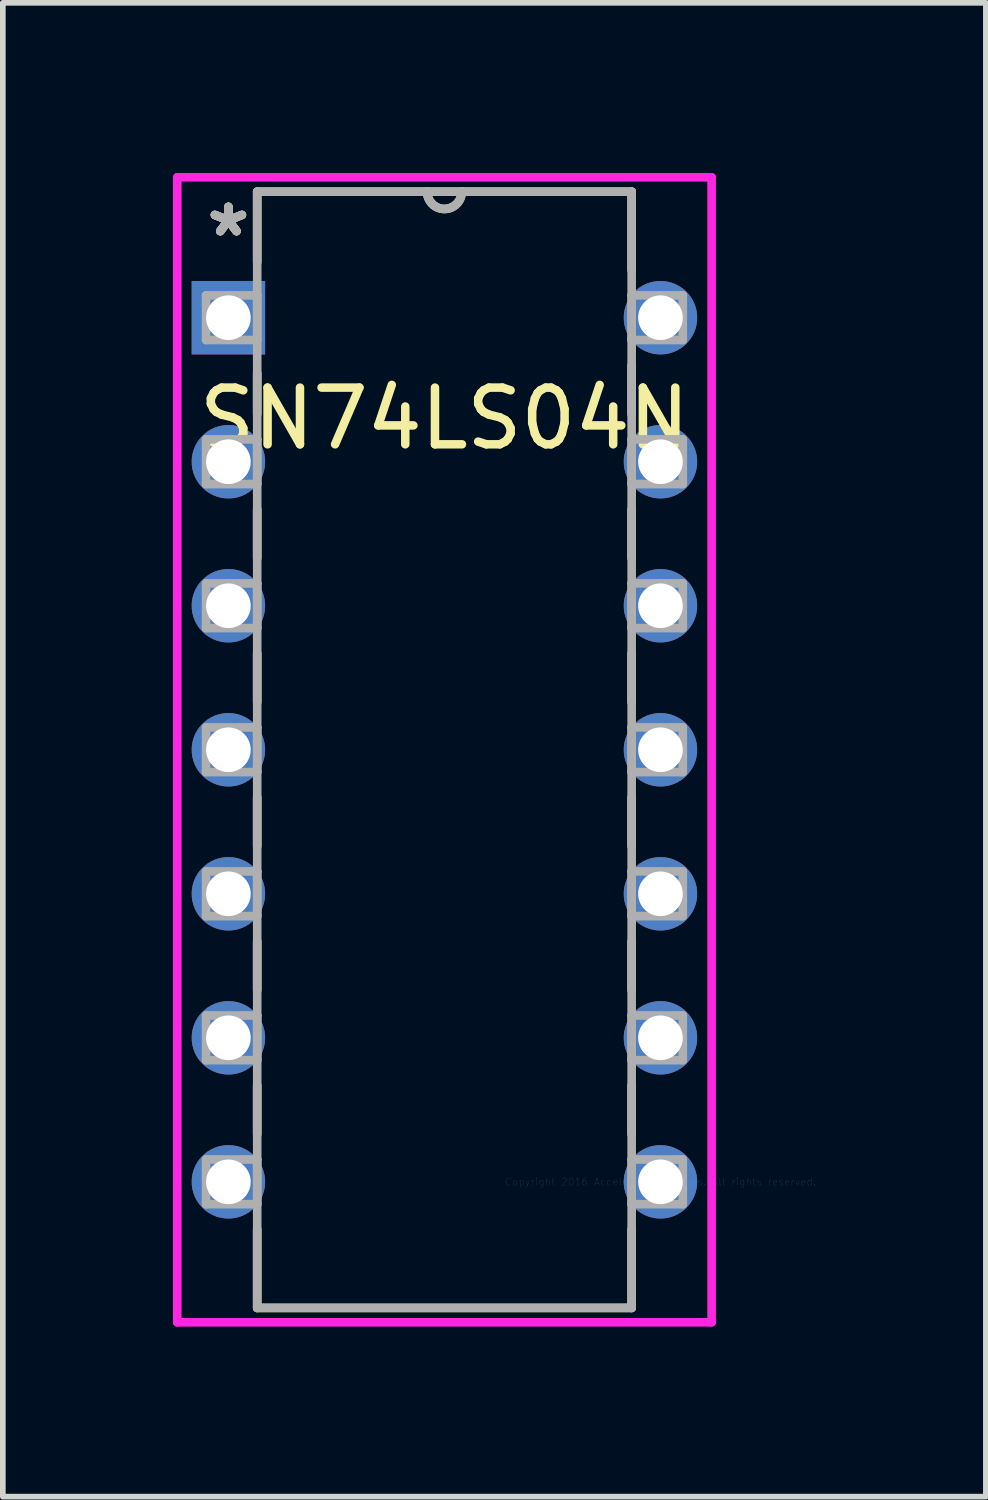
<source format=kicad_pcb>
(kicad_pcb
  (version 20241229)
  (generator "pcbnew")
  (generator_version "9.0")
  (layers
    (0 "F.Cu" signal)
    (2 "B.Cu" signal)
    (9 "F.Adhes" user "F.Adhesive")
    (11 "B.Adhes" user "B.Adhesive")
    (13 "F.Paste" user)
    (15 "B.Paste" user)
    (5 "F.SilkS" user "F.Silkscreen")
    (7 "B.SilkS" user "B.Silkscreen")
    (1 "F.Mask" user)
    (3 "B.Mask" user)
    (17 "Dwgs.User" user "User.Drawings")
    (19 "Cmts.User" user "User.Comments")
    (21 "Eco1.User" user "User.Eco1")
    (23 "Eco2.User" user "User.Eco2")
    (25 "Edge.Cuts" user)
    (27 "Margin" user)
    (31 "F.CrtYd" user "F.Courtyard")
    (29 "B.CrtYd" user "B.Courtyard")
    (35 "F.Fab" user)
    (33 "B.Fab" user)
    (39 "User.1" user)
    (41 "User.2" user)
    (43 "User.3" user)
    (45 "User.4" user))
  (footprint "SN74LS04N"
    (layer "F.Cu")
    (at 8.598 17.793)
    (property "Reference" "SN74LS04N" (at -3.81 -13.462 0) (layer "F.SilkS") (effects (font (size 1 1) (thickness 0.15))))
    (attr through_hole)
    (fp_line (start -7.112 -17.462) (end -7.112 -16.22) (stroke (width 0.152) (type solid)) (layer "F.SilkS"))
    (fp_line (start -7.112 -14.26) (end -7.112 -13.539) (stroke (width 0.152) (type solid)) (layer "F.SilkS"))
    (fp_line (start -7.112 -11.861) (end -7.112 -10.999) (stroke (width 0.152) (type solid)) (layer "F.SilkS"))
    (fp_line (start -7.112 -9.321) (end -7.112 -8.459) (stroke (width 0.152) (type solid)) (layer "F.SilkS"))
    (fp_line (start -7.112 -6.781) (end -7.112 -5.919) (stroke (width 0.152) (type solid)) (layer "F.SilkS"))
    (fp_line (start -7.112 -4.241) (end -7.112 -3.379) (stroke (width 0.152) (type solid)) (layer "F.SilkS"))
    (fp_line (start -7.112 -1.701) (end -7.112 -0.839) (stroke (width 0.152) (type solid)) (layer "F.SilkS"))
    (fp_line (start -7.112 0.839) (end -7.112 2.223) (stroke (width 0.152) (type solid)) (layer "F.SilkS"))
    (fp_line (start -7.112 2.223) (end -0.508 2.223) (stroke (width 0.152) (type solid)) (layer "F.SilkS"))
    (fp_line (start -0.508 -17.462) (end -7.112 -17.462) (stroke (width 0.152) (type solid)) (layer "F.SilkS"))
    (fp_line (start -0.508 -16.079) (end -0.508 -17.462) (stroke (width 0.152) (type solid)) (layer "F.SilkS"))
    (fp_line (start -0.508 -13.539) (end -0.508 -14.401) (stroke (width 0.152) (type solid)) (layer "F.SilkS"))
    (fp_line (start -0.508 -10.999) (end -0.508 -11.861) (stroke (width 0.152) (type solid)) (layer "F.SilkS"))
    (fp_line (start -0.508 -8.459) (end -0.508 -9.321) (stroke (width 0.152) (type solid)) (layer "F.SilkS"))
    (fp_line (start -0.508 -5.919) (end -0.508 -6.781) (stroke (width 0.152) (type solid)) (layer "F.SilkS"))
    (fp_line (start -0.508 -3.379) (end -0.508 -4.241) (stroke (width 0.152) (type solid)) (layer "F.SilkS"))
    (fp_line (start -0.508 -0.839) (end -0.508 -1.701) (stroke (width 0.152) (type solid)) (layer "F.SilkS"))
    (fp_line (start -0.508 2.223) (end -0.508 0.839) (stroke (width 0.152) (type solid)) (layer "F.SilkS"))
    (fp_arc (start -3.5052 -17.4625) (mid -3.81 -17.1577) (end -4.1148 -17.4625) (stroke (width 0.1524) (type solid)) (layer "F.SilkS"))
    (fp_line (start -8.522 -17.716) (end 0.902 -17.716) (stroke (width 0.152) (type solid)) (layer "F.CrtYd"))
    (fp_line (start -8.522 2.477) (end -8.522 -17.716) (stroke (width 0.152) (type solid)) (layer "F.CrtYd"))
    (fp_line (start 0.902 -17.716) (end 0.902 2.477) (stroke (width 0.152) (type solid)) (layer "F.CrtYd"))
    (fp_line (start 0.902 2.477) (end -8.522 2.477) (stroke (width 0.152) (type solid)) (layer "F.CrtYd"))
    (fp_line (start -8.014 -15.634) (end -8.014 -14.846) (stroke (width 0.152) (type solid)) (layer "F.Fab"))
    (fp_line (start -8.014 -14.846) (end -7.112 -14.846) (stroke (width 0.152) (type solid)) (layer "F.Fab"))
    (fp_line (start -8.014 -13.094) (end -8.014 -12.306) (stroke (width 0.152) (type solid)) (layer "F.Fab"))
    (fp_line (start -8.014 -12.306) (end -7.112 -12.306) (stroke (width 0.152) (type solid)) (layer "F.Fab"))
    (fp_line (start -8.014 -10.554) (end -8.014 -9.766) (stroke (width 0.152) (type solid)) (layer "F.Fab"))
    (fp_line (start -8.014 -9.766) (end -7.112 -9.766) (stroke (width 0.152) (type solid)) (layer "F.Fab"))
    (fp_line (start -8.014 -8.014) (end -8.014 -7.226) (stroke (width 0.152) (type solid)) (layer "F.Fab"))
    (fp_line (start -8.014 -7.226) (end -7.112 -7.226) (stroke (width 0.152) (type solid)) (layer "F.Fab"))
    (fp_line (start -8.014 -5.474) (end -8.014 -4.686) (stroke (width 0.152) (type solid)) (layer "F.Fab"))
    (fp_line (start -8.014 -4.686) (end -7.112 -4.686) (stroke (width 0.152) (type solid)) (layer "F.Fab"))
    (fp_line (start -8.014 -2.934) (end -8.014 -2.146) (stroke (width 0.152) (type solid)) (layer "F.Fab"))
    (fp_line (start -8.014 -2.146) (end -7.112 -2.146) (stroke (width 0.152) (type solid)) (layer "F.Fab"))
    (fp_line (start -8.014 -0.394) (end -8.014 0.394) (stroke (width 0.152) (type solid)) (layer "F.Fab"))
    (fp_line (start -8.014 0.394) (end -7.112 0.394) (stroke (width 0.152) (type solid)) (layer "F.Fab"))
    (fp_line (start -7.112 -17.462) (end -7.112 2.223) (stroke (width 0.152) (type solid)) (layer "F.Fab"))
    (fp_line (start -7.112 -15.634) (end -8.014 -15.634) (stroke (width 0.152) (type solid)) (layer "F.Fab"))
    (fp_line (start -7.112 -14.846) (end -7.112 -15.634) (stroke (width 0.152) (type solid)) (layer "F.Fab"))
    (fp_line (start -7.112 -13.094) (end -8.014 -13.094) (stroke (width 0.152) (type solid)) (layer "F.Fab"))
    (fp_line (start -7.112 -12.306) (end -7.112 -13.094) (stroke (width 0.152) (type solid)) (layer "F.Fab"))
    (fp_line (start -7.112 -10.554) (end -8.014 -10.554) (stroke (width 0.152) (type solid)) (layer "F.Fab"))
    (fp_line (start -7.112 -9.766) (end -7.112 -10.554) (stroke (width 0.152) (type solid)) (layer "F.Fab"))
    (fp_line (start -7.112 -8.014) (end -8.014 -8.014) (stroke (width 0.152) (type solid)) (layer "F.Fab"))
    (fp_line (start -7.112 -7.226) (end -7.112 -8.014) (stroke (width 0.152) (type solid)) (layer "F.Fab"))
    (fp_line (start -7.112 -5.474) (end -8.014 -5.474) (stroke (width 0.152) (type solid)) (layer "F.Fab"))
    (fp_line (start -7.112 -4.686) (end -7.112 -5.474) (stroke (width 0.152) (type solid)) (layer "F.Fab"))
    (fp_line (start -7.112 -2.934) (end -8.014 -2.934) (stroke (width 0.152) (type solid)) (layer "F.Fab"))
    (fp_line (start -7.112 -2.146) (end -7.112 -2.934) (stroke (width 0.152) (type solid)) (layer "F.Fab"))
    (fp_line (start -7.112 -0.394) (end -8.014 -0.394) (stroke (width 0.152) (type solid)) (layer "F.Fab"))
    (fp_line (start -7.112 0.394) (end -7.112 -0.394) (stroke (width 0.152) (type solid)) (layer "F.Fab"))
    (fp_line (start -7.112 2.223) (end -0.508 2.223) (stroke (width 0.152) (type solid)) (layer "F.Fab"))
    (fp_line (start -0.508 -17.462) (end -7.112 -17.462) (stroke (width 0.152) (type solid)) (layer "F.Fab"))
    (fp_line (start -0.508 -15.634) (end -0.508 -14.846) (stroke (width 0.152) (type solid)) (layer "F.Fab"))
    (fp_line (start -0.508 -14.846) (end 0.394 -14.846) (stroke (width 0.152) (type solid)) (layer "F.Fab"))
    (fp_line (start -0.508 -13.094) (end -0.508 -12.306) (stroke (width 0.152) (type solid)) (layer "F.Fab"))
    (fp_line (start -0.508 -12.306) (end 0.394 -12.306) (stroke (width 0.152) (type solid)) (layer "F.Fab"))
    (fp_line (start -0.508 -10.554) (end -0.508 -9.766) (stroke (width 0.152) (type solid)) (layer "F.Fab"))
    (fp_line (start -0.508 -9.766) (end 0.394 -9.766) (stroke (width 0.152) (type solid)) (layer "F.Fab"))
    (fp_line (start -0.508 -8.014) (end -0.508 -7.226) (stroke (width 0.152) (type solid)) (layer "F.Fab"))
    (fp_line (start -0.508 -7.226) (end 0.394 -7.226) (stroke (width 0.152) (type solid)) (layer "F.Fab"))
    (fp_line (start -0.508 -5.474) (end -0.508 -4.686) (stroke (width 0.152) (type solid)) (layer "F.Fab"))
    (fp_line (start -0.508 -4.686) (end 0.394 -4.686) (stroke (width 0.152) (type solid)) (layer "F.Fab"))
    (fp_line (start -0.508 -2.934) (end -0.508 -2.146) (stroke (width 0.152) (type solid)) (layer "F.Fab"))
    (fp_line (start -0.508 -2.146) (end 0.394 -2.146) (stroke (width 0.152) (type solid)) (layer "F.Fab"))
    (fp_line (start -0.508 -0.394) (end -0.508 0.394) (stroke (width 0.152) (type solid)) (layer "F.Fab"))
    (fp_line (start -0.508 0.394) (end 0.394 0.394) (stroke (width 0.152) (type solid)) (layer "F.Fab"))
    (fp_line (start -0.508 2.223) (end -0.508 -17.462) (stroke (width 0.152) (type solid)) (layer "F.Fab"))
    (fp_line (start 0.394 -15.634) (end -0.508 -15.634) (stroke (width 0.152) (type solid)) (layer "F.Fab"))
    (fp_line (start 0.394 -14.846) (end 0.394 -15.634) (stroke (width 0.152) (type solid)) (layer "F.Fab"))
    (fp_line (start 0.394 -13.094) (end -0.508 -13.094) (stroke (width 0.152) (type solid)) (layer "F.Fab"))
    (fp_line (start 0.394 -12.306) (end 0.394 -13.094) (stroke (width 0.152) (type solid)) (layer "F.Fab"))
    (fp_line (start 0.394 -10.554) (end -0.508 -10.554) (stroke (width 0.152) (type solid)) (layer "F.Fab"))
    (fp_line (start 0.394 -9.766) (end 0.394 -10.554) (stroke (width 0.152) (type solid)) (layer "F.Fab"))
    (fp_line (start 0.394 -8.014) (end -0.508 -8.014) (stroke (width 0.152) (type solid)) (layer "F.Fab"))
    (fp_line (start 0.394 -7.226) (end 0.394 -8.014) (stroke (width 0.152) (type solid)) (layer "F.Fab"))
    (fp_line (start 0.394 -5.474) (end -0.508 -5.474) (stroke (width 0.152) (type solid)) (layer "F.Fab"))
    (fp_line (start 0.394 -4.686) (end 0.394 -5.474) (stroke (width 0.152) (type solid)) (layer "F.Fab"))
    (fp_line (start 0.394 -2.934) (end -0.508 -2.934) (stroke (width 0.152) (type solid)) (layer "F.Fab"))
    (fp_line (start 0.394 -2.146) (end 0.394 -2.934) (stroke (width 0.152) (type solid)) (layer "F.Fab"))
    (fp_line (start 0.394 -0.394) (end -0.508 -0.394) (stroke (width 0.152) (type solid)) (layer "F.Fab"))
    (fp_line (start 0.394 0.394) (end 0.394 -0.394) (stroke (width 0.152) (type solid)) (layer "F.Fab"))
    (fp_arc (start -3.5052 -17.4625) (mid -3.81 -17.1577) (end -4.1148 -17.4625) (stroke (width 0.1524) (type solid)) (layer "F.Fab"))
    (fp_text user "*" (at -7.62 -16.65 0) (layer "F.SilkS") (effects (font (size 1 1) (thickness 0.15))))
    (fp_text user "*" (at -7.62 -16.65 0) (layer "F.SilkS") (effects (font (size 1 1) (thickness 0.15))))
    (fp_text user "Copyright 2016 Accelerated Designs. All rights reserved." (at 0 0 0) (layer "Cmts.User") (effects (font (size 0.127 0.127) (thickness 0.002))))
    (fp_text user "*" (at -7.62 -16.65 0) (layer "F.Fab") (effects (font (size 1 1) (thickness 0.15))))
    (fp_text user "*" (at -7.62 -16.65 0) (layer "F.Fab") (effects (font (size 1 1) (thickness 0.15))))
    (pad "1" thru_hole rect (at -7.62 -15.24) (size 1.295 1.295) (drill 0.787) (layers "*.Cu" "*.Mask"))
    (pad "2" thru_hole circle (at -7.62 -12.7) (size 1.295 1.295) (drill 0.787) (layers "*.Cu" "*.Mask"))
    (pad "3" thru_hole circle (at -7.62 -10.16) (size 1.295 1.295) (drill 0.787) (layers "*.Cu" "*.Mask"))
    (pad "4" thru_hole circle (at -7.62 -7.62) (size 1.295 1.295) (drill 0.787) (layers "*.Cu" "*.Mask"))
    (pad "5" thru_hole circle (at -7.62 -5.08) (size 1.295 1.295) (drill 0.787) (layers "*.Cu" "*.Mask"))
    (pad "6" thru_hole circle (at -7.62 -2.54) (size 1.295 1.295) (drill 0.787) (layers "*.Cu" "*.Mask"))
    (pad "7" thru_hole circle (at -7.62 0) (size 1.295 1.295) (drill 0.787) (layers "*.Cu" "*.Mask"))
    (pad "8" thru_hole circle (at 0 0) (size 1.295 1.295) (drill 0.787) (layers "*.Cu" "*.Mask"))
    (pad "9" thru_hole circle (at 0 -2.54) (size 1.295 1.295) (drill 0.787) (layers "*.Cu" "*.Mask"))
    (pad "10" thru_hole circle (at 0 -5.08) (size 1.295 1.295) (drill 0.787) (layers "*.Cu" "*.Mask"))
    (pad "11" thru_hole circle (at 0 -7.62) (size 1.295 1.295) (drill 0.787) (layers "*.Cu" "*.Mask"))
    (pad "12" thru_hole circle (at 0 -10.16) (size 1.295 1.295) (drill 0.787) (layers "*.Cu" "*.Mask"))
    (pad "13" thru_hole circle (at 0 -12.7) (size 1.295 1.295) (drill 0.787) (layers "*.Cu" "*.Mask"))
    (pad "14" thru_hole circle (at 0 -15.24) (size 1.295 1.295) (drill 0.787) (layers "*.Cu" "*.Mask")))
  (gr_rect
    (start -3 -3)
    (end 14.337 23.345)
    (stroke (width 0.1) (type default))
    (fill no)
    (layer "Edge.Cuts")))
</source>
